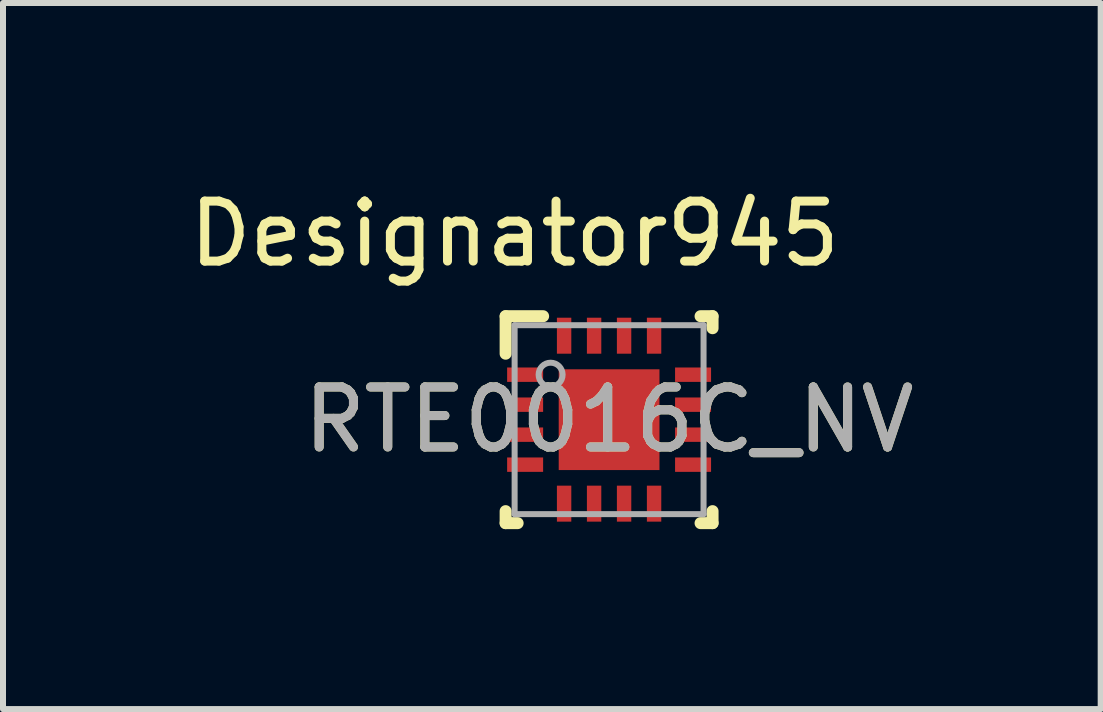
<source format=kicad_pcb>
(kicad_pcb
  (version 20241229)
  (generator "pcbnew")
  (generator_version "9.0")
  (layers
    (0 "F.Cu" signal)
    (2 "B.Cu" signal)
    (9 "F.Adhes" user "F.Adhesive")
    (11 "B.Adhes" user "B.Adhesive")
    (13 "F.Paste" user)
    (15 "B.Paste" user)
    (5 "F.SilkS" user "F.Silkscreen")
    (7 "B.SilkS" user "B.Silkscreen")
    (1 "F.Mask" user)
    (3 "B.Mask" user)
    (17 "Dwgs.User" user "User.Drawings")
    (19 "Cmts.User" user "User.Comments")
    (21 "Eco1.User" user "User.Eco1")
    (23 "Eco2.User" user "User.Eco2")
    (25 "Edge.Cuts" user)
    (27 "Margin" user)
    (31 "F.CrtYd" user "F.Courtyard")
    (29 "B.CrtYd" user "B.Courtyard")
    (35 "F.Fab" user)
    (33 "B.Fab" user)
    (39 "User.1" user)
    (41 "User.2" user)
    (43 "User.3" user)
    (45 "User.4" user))
  (footprint "RTE0016C_NV"
    (layer "F.Cu")
    (at 7.105 3.947)
    (property "Reference" "RTE0016C_NV" (at 0 0 0) (unlocked yes) (layer "F.SilkS") (effects (font (size 1 1) (thickness 0.15))))
    (attr smd)
    (fp_line (start -1.725 -1.725) (end -1.1 -1.725) (stroke (width 0.2) (type solid)) (layer "F.SilkS"))
    (fp_line (start -1.725 -1.1) (end -1.725 -1.725) (stroke (width 0.2) (type solid)) (layer "F.SilkS"))
    (fp_line (start -1.725 1.725) (end -1.725 1.525) (stroke (width 0.2) (type solid)) (layer "F.SilkS"))
    (fp_line (start -1.725 1.725) (end -1.525 1.725) (stroke (width 0.2) (type solid)) (layer "F.SilkS"))
    (fp_line (start 1.525 -1.725) (end 1.725 -1.725) (stroke (width 0.2) (type solid)) (layer "F.SilkS"))
    (fp_line (start 1.525 1.725) (end 1.725 1.725) (stroke (width 0.2) (type solid)) (layer "F.SilkS"))
    (fp_line (start 1.725 -1.525) (end 1.725 -1.725) (stroke (width 0.2) (type solid)) (layer "F.SilkS"))
    (fp_line (start 1.725 1.725) (end 1.725 1.525) (stroke (width 0.2) (type solid)) (layer "F.SilkS"))
    (fp_poly (pts (xy -0.775 0.729) (xy -0.775 -0.729) (xy -0.774 -0.738) (xy -0.771 -0.746) (xy -0.767 -0.754) (xy -0.761 -0.761) (xy -0.754 -0.767) (xy -0.746 -0.771) (xy -0.738 -0.774) (xy -0.729 -0.775) (xy 0.729 -0.775) (xy 0.738 -0.774) (xy 0.746 -0.771) (xy 0.754 -0.767) (xy 0.761 -0.761) (xy 0.767 -0.754) (xy 0.771 -0.746) (xy 0.774 -0.738) (xy 0.775 -0.729) (xy 0.775 0.729) (xy 0.774 0.738) (xy 0.771 0.746) (xy 0.767 0.754) (xy 0.761 0.761) (xy 0.754 0.767) (xy 0.746 0.771) (xy 0.738 0.774) (xy 0.729 0.775) (xy -0.729 0.775) (xy -0.738 0.774) (xy -0.746 0.771) (xy -0.754 0.767) (xy -0.761 0.761) (xy -0.767 0.754) (xy -0.771 0.746) (xy -0.774 0.738)) (stroke (width 0) (type solid)) (fill yes) (layer "F.Paste"))
    (fp_line (start -1.575 -1.575) (end 1.575 -1.575) (stroke (width 0.1) (type solid)) (layer "F.Fab"))
    (fp_line (start -1.575 1.575) (end -1.575 -1.575) (stroke (width 0.1) (type solid)) (layer "F.Fab"))
    (fp_line (start -1.575 1.575) (end 1.575 1.575) (stroke (width 0.1) (type solid)) (layer "F.Fab"))
    (fp_line (start 1.575 1.575) (end 1.575 -1.575) (stroke (width 0.1) (type solid)) (layer "F.Fab"))
    (fp_circle (center -0.975 -0.75) (end -0.775 -0.75) (stroke (width 0.1) (type solid)) (fill no) (layer "F.Fab"))
    (fp_text user "Designator945" (at -1.575 -3.099 0) (unlocked yes) (layer "F.SilkS") (effects (font (size 1 1) (thickness 0.15))))
    (fp_text user "${REFERENCE}" (at 0 0 0) (unlocked yes) (layer "F.Fab") (effects (font (size 1 1) (thickness 0.15))))
    (pad "1" smd rect (at -1.4 -0.75 90) (size 0.24 0.6) (layers "F.Cu" "F.Mask" "F.Paste"))
    (pad "2" smd rect (at -1.4 -0.25 90) (size 0.24 0.6) (layers "F.Cu" "F.Mask" "F.Paste"))
    (pad "3" smd rect (at -1.4 0.25 90) (size 0.24 0.6) (layers "F.Cu" "F.Mask" "F.Paste"))
    (pad "4" smd rect (at -1.4 0.75 90) (size 0.24 0.6) (layers "F.Cu" "F.Mask" "F.Paste"))
    (pad "5" smd rect (at -0.75 1.4) (size 0.24 0.6) (layers "F.Cu" "F.Mask" "F.Paste"))
    (pad "6" smd rect (at -0.25 1.4) (size 0.24 0.6) (layers "F.Cu" "F.Mask" "F.Paste"))
    (pad "7" smd rect (at 0.25 1.4) (size 0.24 0.6) (layers "F.Cu" "F.Mask" "F.Paste"))
    (pad "8" smd rect (at 0.75 1.4) (size 0.24 0.6) (layers "F.Cu" "F.Mask" "F.Paste"))
    (pad "9" smd rect (at 1.4 0.75 90) (size 0.24 0.6) (layers "F.Cu" "F.Mask" "F.Paste"))
    (pad "10" smd rect (at 1.4 0.25 90) (size 0.24 0.6) (layers "F.Cu" "F.Mask" "F.Paste"))
    (pad "11" smd rect (at 1.4 -0.25 90) (size 0.24 0.6) (layers "F.Cu" "F.Mask" "F.Paste"))
    (pad "12" smd rect (at 1.4 -0.75 90) (size 0.24 0.6) (layers "F.Cu" "F.Mask" "F.Paste"))
    (pad "13" smd rect (at 0.75 -1.4) (size 0.24 0.6) (layers "F.Cu" "F.Mask" "F.Paste"))
    (pad "14" smd rect (at 0.25 -1.4) (size 0.24 0.6) (layers "F.Cu" "F.Mask" "F.Paste"))
    (pad "15" smd rect (at -0.25 -1.4) (size 0.24 0.6) (layers "F.Cu" "F.Mask" "F.Paste"))
    (pad "16" smd rect (at -0.75 -1.4) (size 0.24 0.6) (layers "F.Cu" "F.Mask" "F.Paste"))
    (pad "17" smd rect (at 0.000003 0) (size 1.68 1.68) (layers "F.Cu" "F.Mask")))
  (gr_rect
    (start -3 -3)
    (end 15.301 8.772)
    (stroke (width 0.1) (type default))
    (fill no)
    (layer "Edge.Cuts")))
</source>
